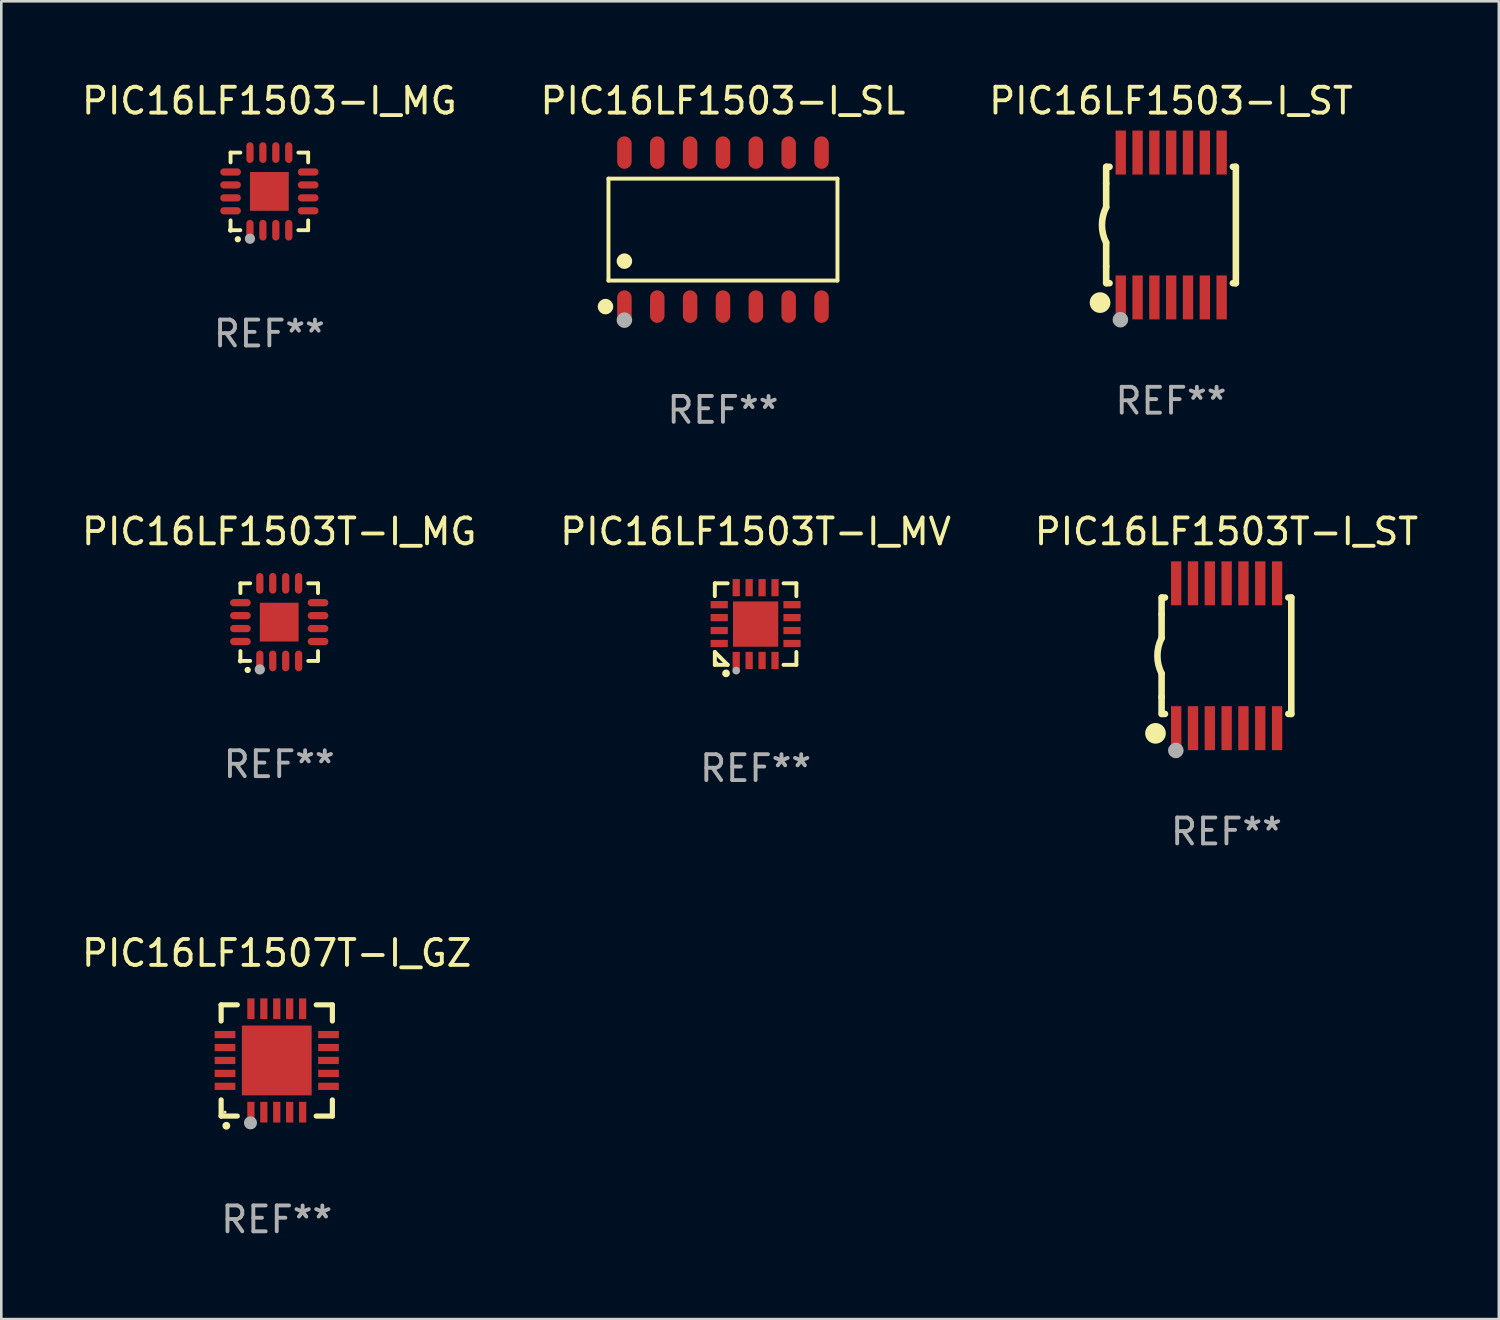
<source format=kicad_pcb>
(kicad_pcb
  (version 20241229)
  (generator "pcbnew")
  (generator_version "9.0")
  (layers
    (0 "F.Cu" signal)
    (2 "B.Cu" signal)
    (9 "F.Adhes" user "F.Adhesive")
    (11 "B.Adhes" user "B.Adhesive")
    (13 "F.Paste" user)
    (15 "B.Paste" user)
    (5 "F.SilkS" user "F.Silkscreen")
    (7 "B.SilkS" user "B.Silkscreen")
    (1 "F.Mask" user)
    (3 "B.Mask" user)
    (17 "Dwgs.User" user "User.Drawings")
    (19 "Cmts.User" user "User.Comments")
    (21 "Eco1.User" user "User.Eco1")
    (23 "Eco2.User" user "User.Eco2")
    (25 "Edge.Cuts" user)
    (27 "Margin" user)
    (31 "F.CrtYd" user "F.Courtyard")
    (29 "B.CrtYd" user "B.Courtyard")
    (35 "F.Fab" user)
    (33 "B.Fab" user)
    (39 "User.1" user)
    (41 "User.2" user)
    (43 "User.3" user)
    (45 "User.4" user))
  (footprint "PIC16LF1503T-I_ST"
    (layer "F.Cu")
    (at 44.363 22.3)
    (property "Reference" "PIC16LF1503T-I_ST" (at 0 -4.8 0) (layer "F.SilkS") (effects (font (size 1 1) (thickness 0.15))))
    (attr through_hole)
    (fp_line (start -2.507 -1.6) (end -2.507 -2.25) (stroke (width 0.254) (type solid)) (layer "F.SilkS"))
    (fp_line (start -2.507 -0.686) (end -2.507 -1.6) (stroke (width 0.254) (type solid)) (layer "F.SilkS"))
    (fp_line (start -2.507 1.6) (end -2.507 0.686) (stroke (width 0.254) (type solid)) (layer "F.SilkS"))
    (fp_line (start -2.507 1.6) (end -2.507 2.25) (stroke (width 0.254) (type solid)) (layer "F.SilkS"))
    (fp_line (start -2.493 -2.25) (end -2.377 -2.25) (stroke (width 0.254) (type solid)) (layer "F.SilkS"))
    (fp_line (start -2.377 2.25) (end -2.493 2.25) (stroke (width 0.254) (type solid)) (layer "F.SilkS"))
    (fp_line (start 2.392 -2.25) (end 2.507 -2.25) (stroke (width 0.254) (type solid)) (layer "F.SilkS"))
    (fp_line (start 2.507 -2.25) (end 2.507 2.25) (stroke (width 0.254) (type solid)) (layer "F.SilkS"))
    (fp_line (start 2.507 2.25) (end 2.392 2.25) (stroke (width 0.254) (type solid)) (layer "F.SilkS"))
    (fp_arc (start -2.507303 0.685802) (mid -2.669199 0) (end -2.507303 -0.685801) (stroke (width 0.254001) (type solid)) (layer "F.SilkS"))
    (fp_circle (center -2.743 3) (end -2.543 3) (stroke (width 0.4) (type solid)) (fill no) (layer "F.SilkS"))
    (fp_circle (center -2.493 3.2) (end -2.463 3.2) (stroke (width 0.06) (type solid)) (fill no) (layer "F.SilkS"))
    (fp_circle (center -1.957 3.662) (end -1.807 3.662) (stroke (width 0.3) (type solid)) (fill no) (layer "F.Fab"))
    (fp_text user "REF**" (at 0 6.8 0) (layer "F.Fab") (effects (font (size 1 1) (thickness 0.15))))
    (pad "1" smd rect (at -1.943 2.8) (size 0.4 1.7) (layers "F.Cu" "F.Mask" "F.Paste"))
    (pad "2" smd rect (at -1.293 2.8) (size 0.4 1.7) (layers "F.Cu" "F.Mask" "F.Paste"))
    (pad "3" smd rect (at -0.643 2.8) (size 0.4 1.7) (layers "F.Cu" "F.Mask" "F.Paste"))
    (pad "4" smd rect (at 0.007 2.8) (size 0.4 1.7) (layers "F.Cu" "F.Mask" "F.Paste"))
    (pad "5" smd rect (at 0.657 2.8) (size 0.4 1.7) (layers "F.Cu" "F.Mask" "F.Paste"))
    (pad "6" smd rect (at 1.307 2.8) (size 0.4 1.7) (layers "F.Cu" "F.Mask" "F.Paste"))
    (pad "7" smd rect (at 1.957 2.8) (size 0.4 1.7) (layers "F.Cu" "F.Mask" "F.Paste"))
    (pad "8" smd rect (at 1.957 -2.8) (size 0.4 1.7) (layers "F.Cu" "F.Mask" "F.Paste"))
    (pad "9" smd rect (at 1.307 -2.8) (size 0.4 1.7) (layers "F.Cu" "F.Mask" "F.Paste"))
    (pad "10" smd rect (at 0.657 -2.8) (size 0.4 1.7) (layers "F.Cu" "F.Mask" "F.Paste"))
    (pad "11" smd rect (at 0.007 -2.8) (size 0.4 1.7) (layers "F.Cu" "F.Mask" "F.Paste"))
    (pad "12" smd rect (at -0.643 -2.8) (size 0.4 1.7) (layers "F.Cu" "F.Mask" "F.Paste"))
    (pad "13" smd rect (at -1.293 -2.8) (size 0.4 1.7) (layers "F.Cu" "F.Mask" "F.Paste"))
    (pad "14" smd rect (at -1.943 -2.8) (size 0.4 1.7) (layers "F.Cu" "F.Mask" "F.Paste")))
  (footprint "PIC16LF1507T-I_GZ"
    (layer "F.Cu")
    (at 7.649 37.946)
    (property "Reference" "PIC16LF1507T-I_GZ" (at 0 -4.15 0) (layer "F.SilkS") (effects (font (size 1 1) (thickness 0.15))))
    (attr through_hole)
    (fp_line (start -2.15 -2.15) (end -2.15 -1.525) (stroke (width 0.2) (type solid)) (layer "F.SilkS"))
    (fp_line (start -2.15 2.15) (end -2.15 1.525) (stroke (width 0.2) (type solid)) (layer "F.SilkS"))
    (fp_line (start -1.525 -2.15) (end -2.15 -2.15) (stroke (width 0.2) (type solid)) (layer "F.SilkS"))
    (fp_line (start -1.525 2.15) (end -2.15 2.15) (stroke (width 0.2) (type solid)) (layer "F.SilkS"))
    (fp_line (start 1.525 2.15) (end 2.15 2.15) (stroke (width 0.2) (type solid)) (layer "F.SilkS"))
    (fp_line (start 2.15 -2.15) (end 1.525 -2.15) (stroke (width 0.2) (type solid)) (layer "F.SilkS"))
    (fp_line (start 2.15 -1.525) (end 2.15 -2.15) (stroke (width 0.2) (type solid)) (layer "F.SilkS"))
    (fp_line (start 2.15 2.15) (end 2.15 1.525) (stroke (width 0.2) (type solid)) (layer "F.SilkS"))
    (fp_arc (start -1.950724 2.524765) (mid -1.949454 2.52476) (end -1.948184 2.524765) (stroke (width 0.3) (type solid)) (layer "F.SilkS"))
    (fp_circle (center -2 2) (end -1.97 2) (stroke (width 0.06) (type solid)) (fill no) (layer "F.SilkS"))
    (fp_circle (center -1.016 2.413) (end -0.889 2.413) (stroke (width 0.254) (type solid)) (fill no) (layer "F.Fab"))
    (fp_text user "REF**" (at 0 6.15 0) (layer "F.Fab") (effects (font (size 1 1) (thickness 0.15))))
    (pad "1" smd rect (at -1 2 180) (size 0.28 0.8) (layers "F.Cu" "F.Mask" "F.Paste"))
    (pad "2" smd rect (at -0.5 2 180) (size 0.28 0.8) (layers "F.Cu" "F.Mask" "F.Paste"))
    (pad "3" smd rect (at 0 2 180) (size 0.28 0.8) (layers "F.Cu" "F.Mask" "F.Paste"))
    (pad "4" smd rect (at 0.5 2 180) (size 0.28 0.8) (layers "F.Cu" "F.Mask" "F.Paste"))
    (pad "5" smd rect (at 1 2 180) (size 0.28 0.8) (layers "F.Cu" "F.Mask" "F.Paste"))
    (pad "6" smd rect (at 2 1 90) (size 0.28 0.8) (layers "F.Cu" "F.Mask" "F.Paste"))
    (pad "7" smd rect (at 2 0.5 90) (size 0.28 0.8) (layers "F.Cu" "F.Mask" "F.Paste"))
    (pad "8" smd rect (at 2 0 90) (size 0.28 0.8) (layers "F.Cu" "F.Mask" "F.Paste"))
    (pad "9" smd rect (at 2 -0.5 90) (size 0.28 0.8) (layers "F.Cu" "F.Mask" "F.Paste"))
    (pad "10" smd rect (at 2 -1 90) (size 0.28 0.8) (layers "F.Cu" "F.Mask" "F.Paste"))
    (pad "11" smd rect (at 1 -2 180) (size 0.28 0.8) (layers "F.Cu" "F.Mask" "F.Paste"))
    (pad "12" smd rect (at 0.5 -2 180) (size 0.28 0.8) (layers "F.Cu" "F.Mask" "F.Paste"))
    (pad "13" smd rect (at 0 -2 180) (size 0.28 0.8) (layers "F.Cu" "F.Mask" "F.Paste"))
    (pad "14" smd rect (at -0.5 -2 180) (size 0.28 0.8) (layers "F.Cu" "F.Mask" "F.Paste"))
    (pad "15" smd rect (at -1 -2 180) (size 0.28 0.8) (layers "F.Cu" "F.Mask" "F.Paste"))
    (pad "16" smd rect (at -2 -1 90) (size 0.28 0.8) (layers "F.Cu" "F.Mask" "F.Paste"))
    (pad "17" smd rect (at -2 -0.5 90) (size 0.28 0.8) (layers "F.Cu" "F.Mask" "F.Paste"))
    (pad "18" smd rect (at -2 0 90) (size 0.28 0.8) (layers "F.Cu" "F.Mask" "F.Paste"))
    (pad "19" smd rect (at -2 0.5 90) (size 0.28 0.8) (layers "F.Cu" "F.Mask" "F.Paste"))
    (pad "20" smd rect (at -2 1 90) (size 0.28 0.8) (layers "F.Cu" "F.Mask" "F.Paste"))
    (pad "21" smd rect (at 0 0 90) (size 2.7 2.7) (layers "F.Cu" "F.Mask" "F.Paste")))
  (footprint "PIC16LF1503-I_MG"
    (layer "F.Cu")
    (at 7.363 4.349)
    (property "Reference" "PIC16LF1503-I_MG" (at 0 -3.5 0) (layer "F.SilkS") (effects (font (size 1 1) (thickness 0.15))))
    (attr through_hole)
    (fp_line (start -1.5 -1.5) (end -1.121 -1.5) (stroke (width 0.15) (type solid)) (layer "F.SilkS"))
    (fp_line (start -1.5 -1.122) (end -1.5 -1.5) (stroke (width 0.15) (type solid)) (layer "F.SilkS"))
    (fp_line (start -1.5 1.5) (end -1.5 1.121) (stroke (width 0.15) (type solid)) (layer "F.SilkS"))
    (fp_line (start -1.121 1.5) (end -1.5 1.5) (stroke (width 0.15) (type solid)) (layer "F.SilkS"))
    (fp_line (start 1.121 -1.5) (end 1.5 -1.5) (stroke (width 0.15) (type solid)) (layer "F.SilkS"))
    (fp_line (start 1.5 -1.5) (end 1.5 -1.122) (stroke (width 0.15) (type solid)) (layer "F.SilkS"))
    (fp_line (start 1.5 1.121) (end 1.5 1.5) (stroke (width 0.15) (type solid)) (layer "F.SilkS"))
    (fp_line (start 1.5 1.5) (end 1.121 1.5) (stroke (width 0.15) (type solid)) (layer "F.SilkS"))
    (fp_arc (start -1.219926 1.850254) (mid -1.21891 1.85025) (end -1.217894 1.850254) (stroke (width 0.240005) (type solid)) (layer "F.SilkS"))
    (fp_circle (center -1.5 1.5) (end -1.45 1.5) (stroke (width 0.1) (type solid)) (fill no) (layer "F.SilkS"))
    (fp_circle (center -0.75 1.83) (end -0.65 1.83) (stroke (width 0.2) (type solid)) (fill no) (layer "F.Fab"))
    (fp_text user "REF**" (at 0 5.5 0) (layer "F.Fab") (effects (font (size 1 1) (thickness 0.15))))
    (pad "1" smd oval (at -0.75 1.5) (size 0.28 0.8) (layers "F.Cu" "F.Mask" "F.Paste"))
    (pad "2" smd oval (at -0.25 1.5) (size 0.28 0.8) (layers "F.Cu" "F.Mask" "F.Paste"))
    (pad "3" smd oval (at 0.25 1.5) (size 0.28 0.8) (layers "F.Cu" "F.Mask" "F.Paste"))
    (pad "4" smd oval (at 0.75 1.5) (size 0.28 0.8) (layers "F.Cu" "F.Mask" "F.Paste"))
    (pad "5" smd oval (at 1.5 0.75) (size 0.8 0.28) (layers "F.Cu" "F.Mask" "F.Paste"))
    (pad "6" smd oval (at 1.5 0.25) (size 0.8 0.28) (layers "F.Cu" "F.Mask" "F.Paste"))
    (pad "7" smd oval (at 1.5 -0.25) (size 0.8 0.28) (layers "F.Cu" "F.Mask" "F.Paste"))
    (pad "8" smd oval (at 1.5 -0.75) (size 0.8 0.28) (layers "F.Cu" "F.Mask" "F.Paste"))
    (pad "9" smd oval (at 0.75 -1.5) (size 0.28 0.8) (layers "F.Cu" "F.Mask" "F.Paste"))
    (pad "10" smd oval (at 0.25 -1.5) (size 0.28 0.8) (layers "F.Cu" "F.Mask" "F.Paste"))
    (pad "11" smd oval (at -0.25 -1.5) (size 0.28 0.8) (layers "F.Cu" "F.Mask" "F.Paste"))
    (pad "12" smd oval (at -0.75 -1.5) (size 0.28 0.8) (layers "F.Cu" "F.Mask" "F.Paste"))
    (pad "13" smd oval (at -1.5 -0.75) (size 0.8 0.28) (layers "F.Cu" "F.Mask" "F.Paste"))
    (pad "14" smd oval (at -1.5 -0.25) (size 0.8 0.28) (layers "F.Cu" "F.Mask" "F.Paste"))
    (pad "15" smd oval (at -1.5 0.25) (size 0.8 0.28) (layers "F.Cu" "F.Mask" "F.Paste"))
    (pad "16" smd oval (at -1.5 0.75) (size 0.8 0.28) (layers "F.Cu" "F.Mask" "F.Paste"))
    (pad "17" smd rect (at -0.000064 0.000165) (size 1.5 1.5) (layers "F.Cu" "F.Mask" "F.Paste")))
  (footprint "PIC16LF1503-I_SL"
    (layer "F.Cu")
    (at 24.899 5.826)
    (property "Reference" "PIC16LF1503-I_SL" (at 0 -4.977 0) (layer "F.SilkS") (effects (font (size 1 1) (thickness 0.15))))
    (attr through_hole)
    (fp_line (start -4.426 -1.971) (end 4.426 -1.971) (stroke (width 0.152) (type solid)) (layer "F.SilkS"))
    (fp_line (start -4.426 1.971) (end -4.426 -1.971) (stroke (width 0.152) (type solid)) (layer "F.SilkS"))
    (fp_line (start 4.426 -1.971) (end 4.426 1.971) (stroke (width 0.152) (type solid)) (layer "F.SilkS"))
    (fp_line (start 4.426 1.971) (end -4.426 1.971) (stroke (width 0.152) (type solid)) (layer "F.SilkS"))
    (fp_circle (center -4.542 2.977) (end -4.392 2.977) (stroke (width 0.3) (type solid)) (fill no) (layer "F.SilkS"))
    (fp_circle (center -4.35 3.1) (end -4.32 3.1) (stroke (width 0.06) (type solid)) (fill no) (layer "F.SilkS"))
    (fp_circle (center -3.81 1.219) (end -3.66 1.219) (stroke (width 0.3) (type solid)) (fill no) (layer "F.SilkS"))
    (fp_circle (center -3.81 3.5) (end -3.66 3.5) (stroke (width 0.3) (type solid)) (fill no) (layer "F.Fab"))
    (fp_text user "REF**" (at 0 6.977 0) (layer "F.Fab") (effects (font (size 1 1) (thickness 0.15))))
    (pad "1" smd oval (at -3.81 2.977) (size 0.56 1.255) (layers "F.Cu" "F.Mask" "F.Paste"))
    (pad "2" smd oval (at -2.54 2.977) (size 0.56 1.255) (layers "F.Cu" "F.Mask" "F.Paste"))
    (pad "3" smd oval (at -1.27 2.977) (size 0.56 1.255) (layers "F.Cu" "F.Mask" "F.Paste"))
    (pad "4" smd oval (at 0 2.977) (size 0.56 1.255) (layers "F.Cu" "F.Mask" "F.Paste"))
    (pad "5" smd oval (at 1.27 2.977) (size 0.56 1.255) (layers "F.Cu" "F.Mask" "F.Paste"))
    (pad "6" smd oval (at 2.54 2.977) (size 0.56 1.255) (layers "F.Cu" "F.Mask" "F.Paste"))
    (pad "7" smd oval (at 3.81 2.977) (size 0.56 1.255) (layers "F.Cu" "F.Mask" "F.Paste"))
    (pad "8" smd oval (at 3.81 -2.977) (size 0.56 1.255) (layers "F.Cu" "F.Mask" "F.Paste"))
    (pad "9" smd oval (at 2.54 -2.977) (size 0.56 1.255) (layers "F.Cu" "F.Mask" "F.Paste"))
    (pad "10" smd oval (at 1.27 -2.977) (size 0.56 1.255) (layers "F.Cu" "F.Mask" "F.Paste"))
    (pad "11" smd oval (at 0 -2.977) (size 0.56 1.255) (layers "F.Cu" "F.Mask" "F.Paste"))
    (pad "12" smd oval (at -1.27 -2.977) (size 0.56 1.255) (layers "F.Cu" "F.Mask" "F.Paste"))
    (pad "13" smd oval (at -2.54 -2.977) (size 0.56 1.255) (layers "F.Cu" "F.Mask" "F.Paste"))
    (pad "14" smd oval (at -3.81 -2.977) (size 0.56 1.255) (layers "F.Cu" "F.Mask" "F.Paste")))
  (footprint "PIC16LF1503T-I_MG"
    (layer "F.Cu")
    (at 7.744 21)
    (property "Reference" "PIC16LF1503T-I_MG" (at 0 -3.5 0) (layer "F.SilkS") (effects (font (size 1 1) (thickness 0.15))))
    (attr through_hole)
    (fp_line (start -1.5 -1.5) (end -1.121 -1.5) (stroke (width 0.15) (type solid)) (layer "F.SilkS"))
    (fp_line (start -1.5 -1.122) (end -1.5 -1.5) (stroke (width 0.15) (type solid)) (layer "F.SilkS"))
    (fp_line (start -1.5 1.5) (end -1.5 1.121) (stroke (width 0.15) (type solid)) (layer "F.SilkS"))
    (fp_line (start -1.121 1.5) (end -1.5 1.5) (stroke (width 0.15) (type solid)) (layer "F.SilkS"))
    (fp_line (start 1.121 -1.5) (end 1.5 -1.5) (stroke (width 0.15) (type solid)) (layer "F.SilkS"))
    (fp_line (start 1.5 -1.5) (end 1.5 -1.122) (stroke (width 0.15) (type solid)) (layer "F.SilkS"))
    (fp_line (start 1.5 1.121) (end 1.5 1.5) (stroke (width 0.15) (type solid)) (layer "F.SilkS"))
    (fp_line (start 1.5 1.5) (end 1.121 1.5) (stroke (width 0.15) (type solid)) (layer "F.SilkS"))
    (fp_arc (start -1.219926 1.850254) (mid -1.21891 1.85025) (end -1.217894 1.850254) (stroke (width 0.240005) (type solid)) (layer "F.SilkS"))
    (fp_circle (center -1.5 1.5) (end -1.45 1.5) (stroke (width 0.1) (type solid)) (fill no) (layer "F.SilkS"))
    (fp_circle (center -0.75 1.83) (end -0.65 1.83) (stroke (width 0.2) (type solid)) (fill no) (layer "F.Fab"))
    (fp_text user "REF**" (at 0 5.5 0) (layer "F.Fab") (effects (font (size 1 1) (thickness 0.15))))
    (pad "1" smd oval (at -0.75 1.5) (size 0.28 0.8) (layers "F.Cu" "F.Mask" "F.Paste"))
    (pad "2" smd oval (at -0.25 1.5) (size 0.28 0.8) (layers "F.Cu" "F.Mask" "F.Paste"))
    (pad "3" smd oval (at 0.25 1.5) (size 0.28 0.8) (layers "F.Cu" "F.Mask" "F.Paste"))
    (pad "4" smd oval (at 0.75 1.5) (size 0.28 0.8) (layers "F.Cu" "F.Mask" "F.Paste"))
    (pad "5" smd oval (at 1.5 0.75) (size 0.8 0.28) (layers "F.Cu" "F.Mask" "F.Paste"))
    (pad "6" smd oval (at 1.5 0.25) (size 0.8 0.28) (layers "F.Cu" "F.Mask" "F.Paste"))
    (pad "7" smd oval (at 1.5 -0.25) (size 0.8 0.28) (layers "F.Cu" "F.Mask" "F.Paste"))
    (pad "8" smd oval (at 1.5 -0.75) (size 0.8 0.28) (layers "F.Cu" "F.Mask" "F.Paste"))
    (pad "9" smd oval (at 0.75 -1.5) (size 0.28 0.8) (layers "F.Cu" "F.Mask" "F.Paste"))
    (pad "10" smd oval (at 0.25 -1.5) (size 0.28 0.8) (layers "F.Cu" "F.Mask" "F.Paste"))
    (pad "11" smd oval (at -0.25 -1.5) (size 0.28 0.8) (layers "F.Cu" "F.Mask" "F.Paste"))
    (pad "12" smd oval (at -0.75 -1.5) (size 0.28 0.8) (layers "F.Cu" "F.Mask" "F.Paste"))
    (pad "13" smd oval (at -1.5 -0.75) (size 0.8 0.28) (layers "F.Cu" "F.Mask" "F.Paste"))
    (pad "14" smd oval (at -1.5 -0.25) (size 0.8 0.28) (layers "F.Cu" "F.Mask" "F.Paste"))
    (pad "15" smd oval (at -1.5 0.25) (size 0.8 0.28) (layers "F.Cu" "F.Mask" "F.Paste"))
    (pad "16" smd oval (at -1.5 0.75) (size 0.8 0.28) (layers "F.Cu" "F.Mask" "F.Paste"))
    (pad "17" smd rect (at -0.000064 0.000165) (size 1.5 1.5) (layers "F.Cu" "F.Mask" "F.Paste")))
  (footprint "PIC16LF1503T-I_MV"
    (layer "F.Cu")
    (at 26.161 21.076)
    (property "Reference" "PIC16LF1503T-I_MV" (at 0 -3.576 0) (layer "F.SilkS") (effects (font (size 1 1) (thickness 0.15))))
    (attr through_hole)
    (fp_line (start -1.576 -1.576) (end -1.08 -1.576) (stroke (width 0.152) (type solid)) (layer "F.SilkS"))
    (fp_line (start -1.576 -1.08) (end -1.576 -1.576) (stroke (width 0.152) (type solid)) (layer "F.SilkS"))
    (fp_line (start -1.576 1.08) (end -1.576 1.576) (stroke (width 0.152) (type solid)) (layer "F.SilkS"))
    (fp_line (start -1.576 1.576) (end -1.08 1.576) (stroke (width 0.152) (type solid)) (layer "F.SilkS"))
    (fp_line (start -1.08 1.576) (end -1.576 1.08) (stroke (width 0.152) (type solid)) (layer "F.SilkS"))
    (fp_line (start 1.576 -1.576) (end 1.08 -1.576) (stroke (width 0.152) (type solid)) (layer "F.SilkS"))
    (fp_line (start 1.576 -1.08) (end 1.576 -1.576) (stroke (width 0.152) (type solid)) (layer "F.SilkS"))
    (fp_line (start 1.576 1.08) (end 1.576 1.576) (stroke (width 0.152) (type solid)) (layer "F.SilkS"))
    (fp_line (start 1.576 1.576) (end 1.08 1.576) (stroke (width 0.152) (type solid)) (layer "F.SilkS"))
    (fp_circle (center -1.5 1.5) (end -1.47 1.5) (stroke (width 0.06) (type solid)) (fill no) (layer "F.SilkS"))
    (fp_circle (center -1.143 1.905) (end -1.068 1.905) (stroke (width 0.15) (type solid)) (fill no) (layer "F.SilkS"))
    (fp_circle (center -0.75 1.8) (end -0.675 1.8) (stroke (width 0.15) (type solid)) (fill no) (layer "F.Fab"))
    (fp_text user "REF**" (at 0 5.576 0) (layer "F.Fab") (effects (font (size 1 1) (thickness 0.15))))
    (pad "1" smd rect (at -0.75 1.407) (size 0.28 0.665) (layers "F.Cu" "F.Mask" "F.Paste"))
    (pad "2" smd rect (at -0.25 1.407) (size 0.28 0.665) (layers "F.Cu" "F.Mask" "F.Paste"))
    (pad "3" smd rect (at 0.25 1.407) (size 0.28 0.665) (layers "F.Cu" "F.Mask" "F.Paste"))
    (pad "4" smd rect (at 0.75 1.407) (size 0.28 0.665) (layers "F.Cu" "F.Mask" "F.Paste"))
    (pad "5" smd rect (at 1.407 0.75) (size 0.665 0.28) (layers "F.Cu" "F.Mask" "F.Paste"))
    (pad "6" smd rect (at 1.407 0.25) (size 0.665 0.28) (layers "F.Cu" "F.Mask" "F.Paste"))
    (pad "7" smd rect (at 1.407 -0.25) (size 0.665 0.28) (layers "F.Cu" "F.Mask" "F.Paste"))
    (pad "8" smd rect (at 1.407 -0.75) (size 0.665 0.28) (layers "F.Cu" "F.Mask" "F.Paste"))
    (pad "9" smd rect (at 0.75 -1.407) (size 0.28 0.665) (layers "F.Cu" "F.Mask" "F.Paste"))
    (pad "10" smd rect (at 0.25 -1.407) (size 0.28 0.665) (layers "F.Cu" "F.Mask" "F.Paste"))
    (pad "11" smd rect (at -0.25 -1.407) (size 0.28 0.665) (layers "F.Cu" "F.Mask" "F.Paste"))
    (pad "12" smd rect (at -0.75 -1.407) (size 0.28 0.665) (layers "F.Cu" "F.Mask" "F.Paste"))
    (pad "13" smd rect (at -1.407 -0.75) (size 0.665 0.28) (layers "F.Cu" "F.Mask" "F.Paste"))
    (pad "14" smd rect (at -1.407 -0.25) (size 0.665 0.28) (layers "F.Cu" "F.Mask" "F.Paste"))
    (pad "15" smd rect (at -1.407 0.25) (size 0.665 0.28) (layers "F.Cu" "F.Mask" "F.Paste"))
    (pad "16" smd rect (at -1.407 0.75) (size 0.665 0.28) (layers "F.Cu" "F.Mask" "F.Paste"))
    (pad "17" smd rect (at 0 0) (size 1.75 1.75) (layers "F.Cu" "F.Mask" "F.Paste")))
  (footprint "PIC16LF1503-I_ST"
    (layer "F.Cu")
    (at 42.22 5.648)
    (property "Reference" "PIC16LF1503-I_ST" (at 0 -4.8 0) (layer "F.SilkS") (effects (font (size 1 1) (thickness 0.15))))
    (attr through_hole)
    (fp_line (start -2.507 -1.6) (end -2.507 -2.25) (stroke (width 0.254) (type solid)) (layer "F.SilkS"))
    (fp_line (start -2.507 -0.686) (end -2.507 -1.6) (stroke (width 0.254) (type solid)) (layer "F.SilkS"))
    (fp_line (start -2.507 1.6) (end -2.507 0.686) (stroke (width 0.254) (type solid)) (layer "F.SilkS"))
    (fp_line (start -2.507 1.6) (end -2.507 2.25) (stroke (width 0.254) (type solid)) (layer "F.SilkS"))
    (fp_line (start -2.493 -2.25) (end -2.377 -2.25) (stroke (width 0.254) (type solid)) (layer "F.SilkS"))
    (fp_line (start -2.377 2.25) (end -2.493 2.25) (stroke (width 0.254) (type solid)) (layer "F.SilkS"))
    (fp_line (start 2.392 -2.25) (end 2.507 -2.25) (stroke (width 0.254) (type solid)) (layer "F.SilkS"))
    (fp_line (start 2.507 -2.25) (end 2.507 2.25) (stroke (width 0.254) (type solid)) (layer "F.SilkS"))
    (fp_line (start 2.507 2.25) (end 2.392 2.25) (stroke (width 0.254) (type solid)) (layer "F.SilkS"))
    (fp_arc (start -2.507303 0.685802) (mid -2.669199 0) (end -2.507303 -0.685801) (stroke (width 0.254001) (type solid)) (layer "F.SilkS"))
    (fp_circle (center -2.743 3) (end -2.543 3) (stroke (width 0.4) (type solid)) (fill no) (layer "F.SilkS"))
    (fp_circle (center -2.493 3.2) (end -2.463 3.2) (stroke (width 0.06) (type solid)) (fill no) (layer "F.SilkS"))
    (fp_circle (center -1.957 3.662) (end -1.807 3.662) (stroke (width 0.3) (type solid)) (fill no) (layer "F.Fab"))
    (fp_text user "REF**" (at 0 6.8 0) (layer "F.Fab") (effects (font (size 1 1) (thickness 0.15))))
    (pad "1" smd rect (at -1.943 2.8) (size 0.4 1.7) (layers "F.Cu" "F.Mask" "F.Paste"))
    (pad "2" smd rect (at -1.293 2.8) (size 0.4 1.7) (layers "F.Cu" "F.Mask" "F.Paste"))
    (pad "3" smd rect (at -0.643 2.8) (size 0.4 1.7) (layers "F.Cu" "F.Mask" "F.Paste"))
    (pad "4" smd rect (at 0.007 2.8) (size 0.4 1.7) (layers "F.Cu" "F.Mask" "F.Paste"))
    (pad "5" smd rect (at 0.657 2.8) (size 0.4 1.7) (layers "F.Cu" "F.Mask" "F.Paste"))
    (pad "6" smd rect (at 1.307 2.8) (size 0.4 1.7) (layers "F.Cu" "F.Mask" "F.Paste"))
    (pad "7" smd rect (at 1.957 2.8) (size 0.4 1.7) (layers "F.Cu" "F.Mask" "F.Paste"))
    (pad "8" smd rect (at 1.957 -2.8) (size 0.4 1.7) (layers "F.Cu" "F.Mask" "F.Paste"))
    (pad "9" smd rect (at 1.307 -2.8) (size 0.4 1.7) (layers "F.Cu" "F.Mask" "F.Paste"))
    (pad "10" smd rect (at 0.657 -2.8) (size 0.4 1.7) (layers "F.Cu" "F.Mask" "F.Paste"))
    (pad "11" smd rect (at 0.007 -2.8) (size 0.4 1.7) (layers "F.Cu" "F.Mask" "F.Paste"))
    (pad "12" smd rect (at -0.643 -2.8) (size 0.4 1.7) (layers "F.Cu" "F.Mask" "F.Paste"))
    (pad "13" smd rect (at -1.293 -2.8) (size 0.4 1.7) (layers "F.Cu" "F.Mask" "F.Paste"))
    (pad "14" smd rect (at -1.943 -2.8) (size 0.4 1.7) (layers "F.Cu" "F.Mask" "F.Paste")))
  (gr_rect
    (start -3 -3)
    (end 54.893 47.945)
    (stroke (width 0.1) (type default))
    (fill no)
    (layer "Edge.Cuts")))
</source>
